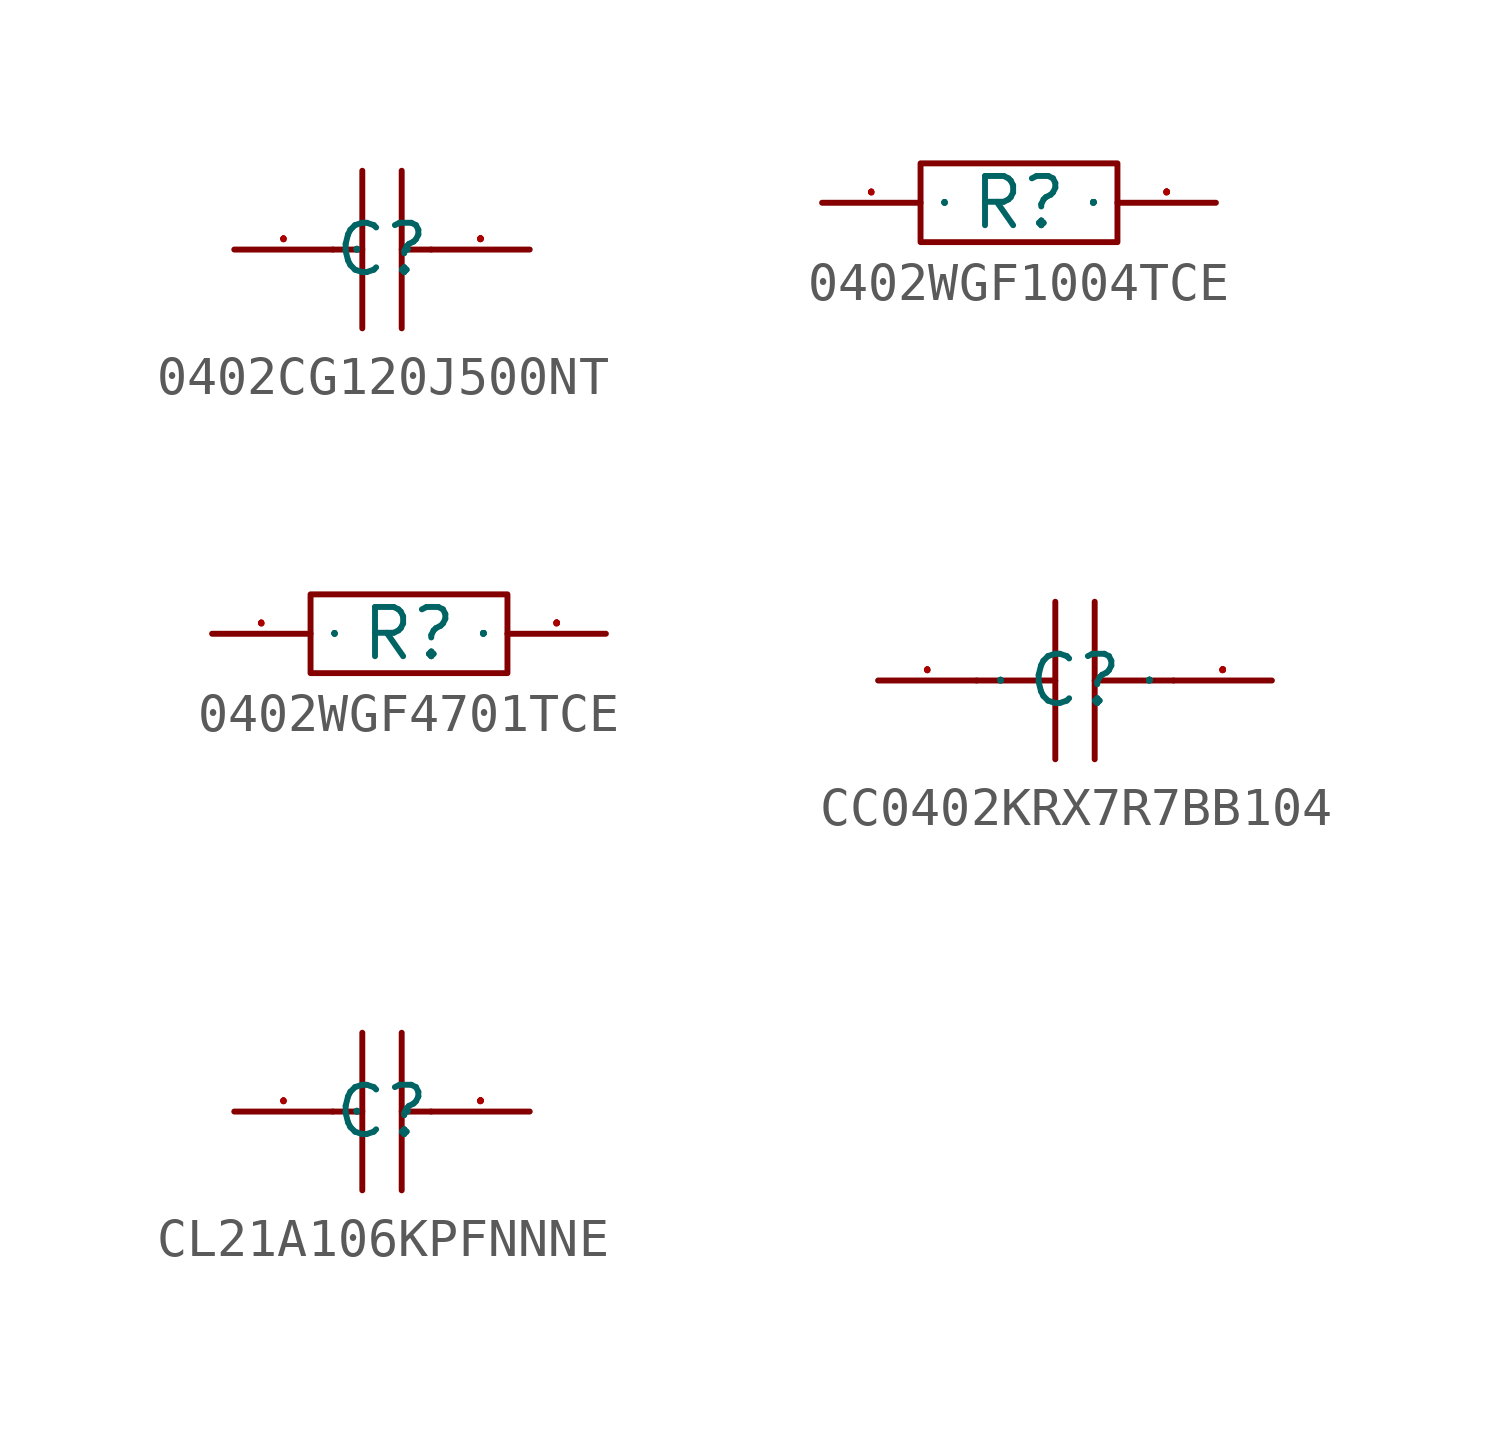
<source format=kicad_sym>
(kicad_symbol_lib
  (version 20241209)
  (generator "kicad_symbol_editor")
  (generator_version "9.0")
  (symbol "0402CG120J500NT"
    (property "Reference" "C"
      (at 0 0 0)
      (effects (font (size 1.27 1.27))))
    (symbol "0402CG120J500NT_1_0"
      (polyline (pts (xy -1.27 0) (xy -0.508 0)) (stroke (width 0) (type default)) (fill (type none)))
      (polyline (pts (xy -0.508 2.032) (xy -0.508 -2.032)) (stroke (width 0) (type default)) (fill (type none)))
      (polyline (pts (xy 0.508 2.032) (xy 0.508 -2.032)) (stroke (width 0) (type default)) (fill (type none)))
      (polyline (pts (xy 0.508 0) (xy 1.27 0)) (stroke (width 0) (type default)) (fill (type none)))
      (pin input line (at -3.81 0 0) (length 2.54) (name "1" (effects (font (size 0.025 0.025)))) (number "1" (effects (font (size 0.025 0.025)))))
      (pin input line (at 3.81 0 180) (length 2.54) (name "2" (effects (font (size 0.025 0.025)))) (number "2" (effects (font (size 0.025 0.025)))))))
  (symbol "0402WGF1004TCE"
    (property "Reference" "R"
      (at 0 0 0)
      (effects (font (size 1.27 1.27))))
    (symbol "0402WGF1004TCE_1_0"
      (rectangle (start -2.54 -1.016) (end 2.54 1.016) (stroke (width 0) (type default)) (fill (type none)))
      (pin input line (at -5.08 0 0) (length 2.54) (name "1" (effects (font (size 0.025 0.025)))) (number "1" (effects (font (size 0.025 0.025)))))
      (pin input line (at 5.08 0 180) (length 2.54) (name "2" (effects (font (size 0.025 0.025)))) (number "2" (effects (font (size 0.025 0.025)))))))
  (symbol "0402WGF4701TCE"
    (property "Reference" "R"
      (at 0 0 0)
      (effects (font (size 1.27 1.27))))
    (symbol "0402WGF4701TCE_1_0"
      (rectangle (start -2.54 -1.016) (end 2.54 1.016) (stroke (width 0) (type default)) (fill (type none)))
      (pin input line (at -5.08 0 0) (length 2.54) (name "1" (effects (font (size 0.025 0.025)))) (number "1" (effects (font (size 0.025 0.025)))))
      (pin input line (at 5.08 0 180) (length 2.54) (name "2" (effects (font (size 0.025 0.025)))) (number "2" (effects (font (size 0.025 0.025)))))))
  (symbol "CC0402KRX7R7BB104"
    (property "Reference" "C"
      (at 0 0 0)
      (effects (font (size 1.27 1.27))))
    (symbol "CC0402KRX7R7BB104_1_0"
      (polyline (pts (xy -0.508 0) (xy -2.54 0)) (stroke (width 0) (type default)) (fill (type none)))
      (polyline (pts (xy -0.508 -2.032) (xy -0.508 2.032)) (stroke (width 0) (type default)) (fill (type none)))
      (polyline (pts (xy 0.508 2.032) (xy 0.508 -2.032)) (stroke (width 0) (type default)) (fill (type none)))
      (polyline (pts (xy 2.54 0) (xy 0.508 0)) (stroke (width 0) (type default)) (fill (type none)))
      (pin unspecified line (at -5.08 0 0) (length 2.54) (name "1" (effects (font (size 0.025 0.025)))) (number "1" (effects (font (size 0.025 0.025)))))
      (pin unspecified line (at 5.08 0 180) (length 2.54) (name "2" (effects (font (size 0.025 0.025)))) (number "2" (effects (font (size 0.025 0.025)))))))
  (symbol "CL21A106KPFNNNE"
    (property "Reference" "C"
      (at 0 0 0)
      (effects (font (size 1.27 1.27))))
    (symbol "CL21A106KPFNNNE_1_0"
      (polyline (pts (xy -1.27 0) (xy -0.508 0)) (stroke (width 0) (type default)) (fill (type none)))
      (polyline (pts (xy -0.508 2.032) (xy -0.508 -2.032)) (stroke (width 0) (type default)) (fill (type none)))
      (polyline (pts (xy 0.508 2.032) (xy 0.508 -2.032)) (stroke (width 0) (type default)) (fill (type none)))
      (polyline (pts (xy 0.508 0) (xy 1.27 0)) (stroke (width 0) (type default)) (fill (type none)))
      (pin input line (at -3.81 0 0) (length 2.54) (name "1" (effects (font (size 0.025 0.025)))) (number "1" (effects (font (size 0.025 0.025)))))
      (pin input line (at 3.81 0 180) (length 2.54) (name "2" (effects (font (size 0.025 0.025)))) (number "2" (effects (font (size 0.025 0.025))))))))
</source>
